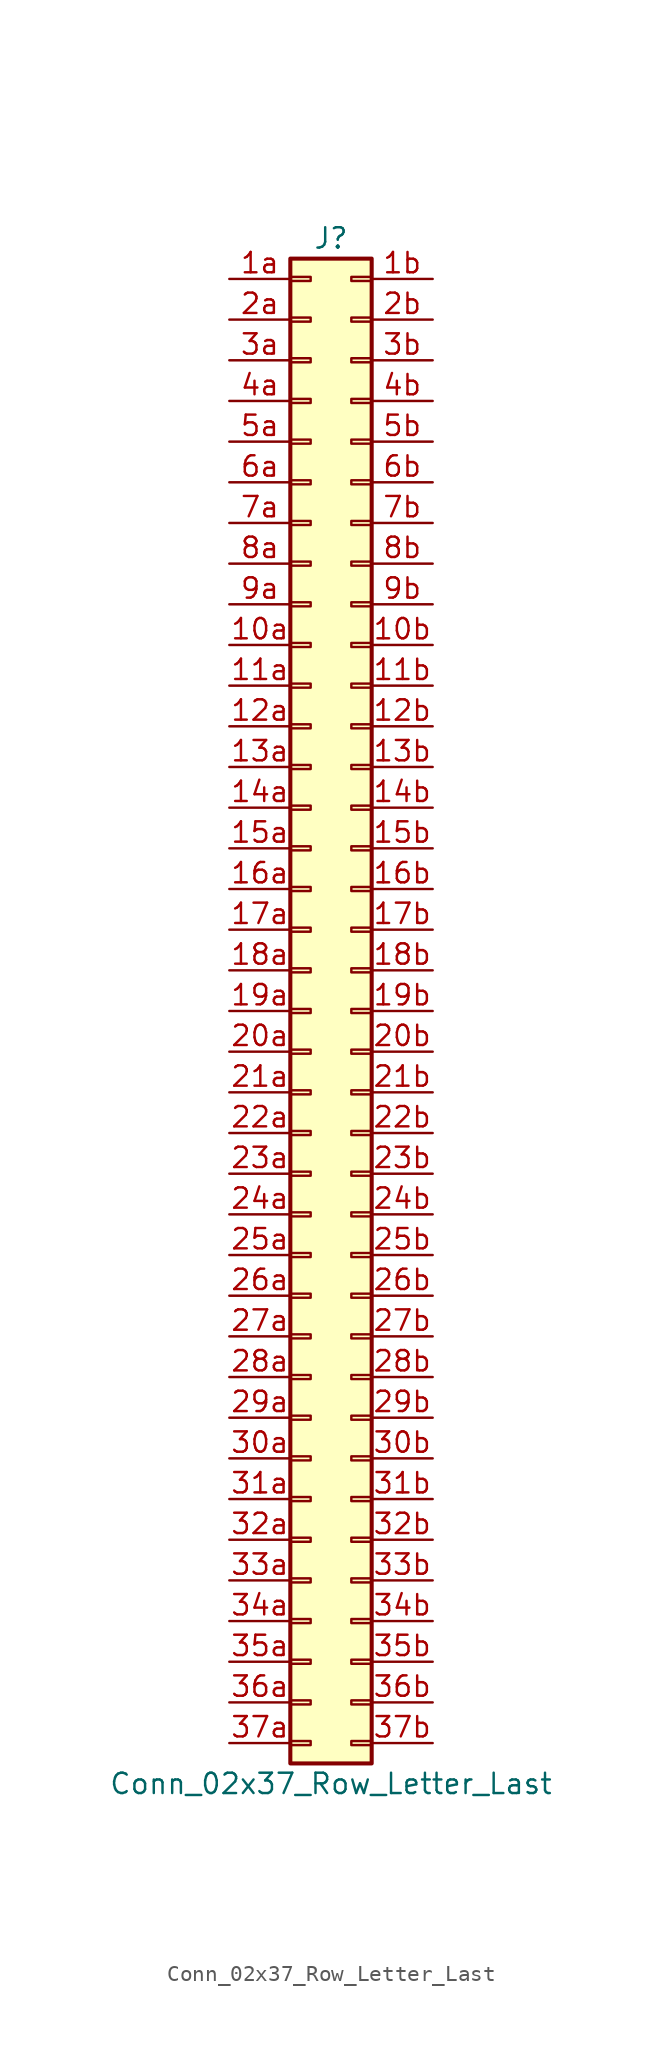
<source format=kicad_sym>
(kicad_symbol_lib
  (version 20220914)
  (generator kicad_symbol_editor)
  (symbol "Conn_02x37_Row_Letter_Last"
    (pin_names
      (offset 1.016) hide)
    (property "Reference" "J"
      (at 1.27 48.26 0)
      (effects (font (size 1.27 1.27))))
    (property "Value" "Conn_02x37_Row_Letter_Last"
      (at 1.27 -48.26 0)
      (effects (font (size 1.27 1.27))))
    (symbol "Conn_02x37_Row_Letter_Last_1_1"
      (rectangle (start -1.27 -45.593) (end 0 -45.847) (stroke (width 0.152) (type solid)) (fill (type none)))
      (rectangle (start -1.27 -43.053) (end 0 -43.307) (stroke (width 0.152) (type solid)) (fill (type none)))
      (rectangle (start -1.27 -40.513) (end 0 -40.767) (stroke (width 0.152) (type solid)) (fill (type none)))
      (rectangle (start -1.27 -37.973) (end 0 -38.227) (stroke (width 0.152) (type solid)) (fill (type none)))
      (rectangle (start -1.27 -35.433) (end 0 -35.687) (stroke (width 0.152) (type solid)) (fill (type none)))
      (rectangle (start -1.27 -32.893) (end 0 -33.147) (stroke (width 0.152) (type solid)) (fill (type none)))
      (rectangle (start -1.27 -30.353) (end 0 -30.607) (stroke (width 0.152) (type solid)) (fill (type none)))
      (rectangle (start -1.27 -27.813) (end 0 -28.067) (stroke (width 0.152) (type solid)) (fill (type none)))
      (rectangle (start -1.27 -25.273) (end 0 -25.527) (stroke (width 0.152) (type solid)) (fill (type none)))
      (rectangle (start -1.27 -22.733) (end 0 -22.987) (stroke (width 0.152) (type solid)) (fill (type none)))
      (rectangle (start -1.27 -20.193) (end 0 -20.447) (stroke (width 0.152) (type solid)) (fill (type none)))
      (rectangle (start -1.27 -17.653) (end 0 -17.907) (stroke (width 0.152) (type solid)) (fill (type none)))
      (rectangle (start -1.27 -15.113) (end 0 -15.367) (stroke (width 0.152) (type solid)) (fill (type none)))
      (rectangle (start -1.27 -12.573) (end 0 -12.827) (stroke (width 0.152) (type solid)) (fill (type none)))
      (rectangle (start -1.27 -10.033) (end 0 -10.287) (stroke (width 0.152) (type solid)) (fill (type none)))
      (rectangle (start -1.27 -7.493) (end 0 -7.747) (stroke (width 0.152) (type solid)) (fill (type none)))
      (rectangle (start -1.27 -4.953) (end 0 -5.207) (stroke (width 0.152) (type solid)) (fill (type none)))
      (rectangle (start -1.27 -2.413) (end 0 -2.667) (stroke (width 0.152) (type solid)) (fill (type none)))
      (rectangle (start -1.27 0.127) (end 0 -0.127) (stroke (width 0.152) (type solid)) (fill (type none)))
      (rectangle (start -1.27 2.667) (end 0 2.413) (stroke (width 0.152) (type solid)) (fill (type none)))
      (rectangle (start -1.27 5.207) (end 0 4.953) (stroke (width 0.152) (type solid)) (fill (type none)))
      (rectangle (start -1.27 7.747) (end 0 7.493) (stroke (width 0.152) (type solid)) (fill (type none)))
      (rectangle (start -1.27 10.287) (end 0 10.033) (stroke (width 0.152) (type solid)) (fill (type none)))
      (rectangle (start -1.27 12.827) (end 0 12.573) (stroke (width 0.152) (type solid)) (fill (type none)))
      (rectangle (start -1.27 15.367) (end 0 15.113) (stroke (width 0.152) (type solid)) (fill (type none)))
      (rectangle (start -1.27 17.907) (end 0 17.653) (stroke (width 0.152) (type solid)) (fill (type none)))
      (rectangle (start -1.27 20.447) (end 0 20.193) (stroke (width 0.152) (type solid)) (fill (type none)))
      (rectangle (start -1.27 22.987) (end 0 22.733) (stroke (width 0.152) (type solid)) (fill (type none)))
      (rectangle (start -1.27 25.527) (end 0 25.273) (stroke (width 0.152) (type solid)) (fill (type none)))
      (rectangle (start -1.27 28.067) (end 0 27.813) (stroke (width 0.152) (type solid)) (fill (type none)))
      (rectangle (start -1.27 30.607) (end 0 30.353) (stroke (width 0.152) (type solid)) (fill (type none)))
      (rectangle (start -1.27 33.147) (end 0 32.893) (stroke (width 0.152) (type solid)) (fill (type none)))
      (rectangle (start -1.27 35.687) (end 0 35.433) (stroke (width 0.152) (type solid)) (fill (type none)))
      (rectangle (start -1.27 38.227) (end 0 37.973) (stroke (width 0.152) (type solid)) (fill (type none)))
      (rectangle (start -1.27 40.767) (end 0 40.513) (stroke (width 0.152) (type solid)) (fill (type none)))
      (rectangle (start -1.27 43.307) (end 0 43.053) (stroke (width 0.152) (type solid)) (fill (type none)))
      (rectangle (start -1.27 45.847) (end 0 45.593) (stroke (width 0.152) (type solid)) (fill (type none)))
      (rectangle (start -1.27 46.99) (end 3.81 -46.99) (stroke (width 0.254) (type solid)) (fill (type background)))
      (rectangle (start 3.81 -45.593) (end 2.54 -45.847) (stroke (width 0.152) (type solid)) (fill (type none)))
      (rectangle (start 3.81 -43.053) (end 2.54 -43.307) (stroke (width 0.152) (type solid)) (fill (type none)))
      (rectangle (start 3.81 -40.513) (end 2.54 -40.767) (stroke (width 0.152) (type solid)) (fill (type none)))
      (rectangle (start 3.81 -37.973) (end 2.54 -38.227) (stroke (width 0.152) (type solid)) (fill (type none)))
      (rectangle (start 3.81 -35.433) (end 2.54 -35.687) (stroke (width 0.152) (type solid)) (fill (type none)))
      (rectangle (start 3.81 -32.893) (end 2.54 -33.147) (stroke (width 0.152) (type solid)) (fill (type none)))
      (rectangle (start 3.81 -30.353) (end 2.54 -30.607) (stroke (width 0.152) (type solid)) (fill (type none)))
      (rectangle (start 3.81 -27.813) (end 2.54 -28.067) (stroke (width 0.152) (type solid)) (fill (type none)))
      (rectangle (start 3.81 -25.273) (end 2.54 -25.527) (stroke (width 0.152) (type solid)) (fill (type none)))
      (rectangle (start 3.81 -22.733) (end 2.54 -22.987) (stroke (width 0.152) (type solid)) (fill (type none)))
      (rectangle (start 3.81 -20.193) (end 2.54 -20.447) (stroke (width 0.152) (type solid)) (fill (type none)))
      (rectangle (start 3.81 -17.653) (end 2.54 -17.907) (stroke (width 0.152) (type solid)) (fill (type none)))
      (rectangle (start 3.81 -15.113) (end 2.54 -15.367) (stroke (width 0.152) (type solid)) (fill (type none)))
      (rectangle (start 3.81 -12.573) (end 2.54 -12.827) (stroke (width 0.152) (type solid)) (fill (type none)))
      (rectangle (start 3.81 -10.033) (end 2.54 -10.287) (stroke (width 0.152) (type solid)) (fill (type none)))
      (rectangle (start 3.81 -7.493) (end 2.54 -7.747) (stroke (width 0.152) (type solid)) (fill (type none)))
      (rectangle (start 3.81 -4.953) (end 2.54 -5.207) (stroke (width 0.152) (type solid)) (fill (type none)))
      (rectangle (start 3.81 -2.413) (end 2.54 -2.667) (stroke (width 0.152) (type solid)) (fill (type none)))
      (rectangle (start 3.81 0.127) (end 2.54 -0.127) (stroke (width 0.152) (type solid)) (fill (type none)))
      (rectangle (start 3.81 2.667) (end 2.54 2.413) (stroke (width 0.152) (type solid)) (fill (type none)))
      (rectangle (start 3.81 5.207) (end 2.54 4.953) (stroke (width 0.152) (type solid)) (fill (type none)))
      (rectangle (start 3.81 7.747) (end 2.54 7.493) (stroke (width 0.152) (type solid)) (fill (type none)))
      (rectangle (start 3.81 10.287) (end 2.54 10.033) (stroke (width 0.152) (type solid)) (fill (type none)))
      (rectangle (start 3.81 12.827) (end 2.54 12.573) (stroke (width 0.152) (type solid)) (fill (type none)))
      (rectangle (start 3.81 15.367) (end 2.54 15.113) (stroke (width 0.152) (type solid)) (fill (type none)))
      (rectangle (start 3.81 17.907) (end 2.54 17.653) (stroke (width 0.152) (type solid)) (fill (type none)))
      (rectangle (start 3.81 20.447) (end 2.54 20.193) (stroke (width 0.152) (type solid)) (fill (type none)))
      (rectangle (start 3.81 22.987) (end 2.54 22.733) (stroke (width 0.152) (type solid)) (fill (type none)))
      (rectangle (start 3.81 25.527) (end 2.54 25.273) (stroke (width 0.152) (type solid)) (fill (type none)))
      (rectangle (start 3.81 28.067) (end 2.54 27.813) (stroke (width 0.152) (type solid)) (fill (type none)))
      (rectangle (start 3.81 30.607) (end 2.54 30.353) (stroke (width 0.152) (type solid)) (fill (type none)))
      (rectangle (start 3.81 33.147) (end 2.54 32.893) (stroke (width 0.152) (type solid)) (fill (type none)))
      (rectangle (start 3.81 35.687) (end 2.54 35.433) (stroke (width 0.152) (type solid)) (fill (type none)))
      (rectangle (start 3.81 38.227) (end 2.54 37.973) (stroke (width 0.152) (type solid)) (fill (type none)))
      (rectangle (start 3.81 40.767) (end 2.54 40.513) (stroke (width 0.152) (type solid)) (fill (type none)))
      (rectangle (start 3.81 43.307) (end 2.54 43.053) (stroke (width 0.152) (type solid)) (fill (type none)))
      (rectangle (start 3.81 45.847) (end 2.54 45.593) (stroke (width 0.152) (type solid)) (fill (type none)))
      (pin passive line (at -5.08 22.86 0) (length 3.81) (name "Pin_10a" (effects (font (size 1.27 1.27)))) (number "10a" (effects (font (size 1.27 1.27)))))
      (pin passive line (at 7.62 22.86 180) (length 3.81) (name "Pin_10b" (effects (font (size 1.27 1.27)))) (number "10b" (effects (font (size 1.27 1.27)))))
      (pin passive line (at -5.08 20.32 0) (length 3.81) (name "Pin_11a" (effects (font (size 1.27 1.27)))) (number "11a" (effects (font (size 1.27 1.27)))))
      (pin passive line (at 7.62 20.32 180) (length 3.81) (name "Pin_11b" (effects (font (size 1.27 1.27)))) (number "11b" (effects (font (size 1.27 1.27)))))
      (pin passive line (at -5.08 17.78 0) (length 3.81) (name "Pin_12a" (effects (font (size 1.27 1.27)))) (number "12a" (effects (font (size 1.27 1.27)))))
      (pin passive line (at 7.62 17.78 180) (length 3.81) (name "Pin_12b" (effects (font (size 1.27 1.27)))) (number "12b" (effects (font (size 1.27 1.27)))))
      (pin passive line (at -5.08 15.24 0) (length 3.81) (name "Pin_13a" (effects (font (size 1.27 1.27)))) (number "13a" (effects (font (size 1.27 1.27)))))
      (pin passive line (at 7.62 15.24 180) (length 3.81) (name "Pin_13b" (effects (font (size 1.27 1.27)))) (number "13b" (effects (font (size 1.27 1.27)))))
      (pin passive line (at -5.08 12.7 0) (length 3.81) (name "Pin_14a" (effects (font (size 1.27 1.27)))) (number "14a" (effects (font (size 1.27 1.27)))))
      (pin passive line (at 7.62 12.7 180) (length 3.81) (name "Pin_14b" (effects (font (size 1.27 1.27)))) (number "14b" (effects (font (size 1.27 1.27)))))
      (pin passive line (at -5.08 10.16 0) (length 3.81) (name "Pin_15a" (effects (font (size 1.27 1.27)))) (number "15a" (effects (font (size 1.27 1.27)))))
      (pin passive line (at 7.62 10.16 180) (length 3.81) (name "Pin_15b" (effects (font (size 1.27 1.27)))) (number "15b" (effects (font (size 1.27 1.27)))))
      (pin passive line (at -5.08 7.62 0) (length 3.81) (name "Pin_16a" (effects (font (size 1.27 1.27)))) (number "16a" (effects (font (size 1.27 1.27)))))
      (pin passive line (at 7.62 7.62 180) (length 3.81) (name "Pin_16b" (effects (font (size 1.27 1.27)))) (number "16b" (effects (font (size 1.27 1.27)))))
      (pin passive line (at -5.08 5.08 0) (length 3.81) (name "Pin_17a" (effects (font (size 1.27 1.27)))) (number "17a" (effects (font (size 1.27 1.27)))))
      (pin passive line (at 7.62 5.08 180) (length 3.81) (name "Pin_17b" (effects (font (size 1.27 1.27)))) (number "17b" (effects (font (size 1.27 1.27)))))
      (pin passive line (at -5.08 2.54 0) (length 3.81) (name "Pin_18a" (effects (font (size 1.27 1.27)))) (number "18a" (effects (font (size 1.27 1.27)))))
      (pin passive line (at 7.62 2.54 180) (length 3.81) (name "Pin_18b" (effects (font (size 1.27 1.27)))) (number "18b" (effects (font (size 1.27 1.27)))))
      (pin passive line (at -5.08 0 0) (length 3.81) (name "Pin_19a" (effects (font (size 1.27 1.27)))) (number "19a" (effects (font (size 1.27 1.27)))))
      (pin passive line (at 7.62 0 180) (length 3.81) (name "Pin_19b" (effects (font (size 1.27 1.27)))) (number "19b" (effects (font (size 1.27 1.27)))))
      (pin passive line (at -5.08 45.72 0) (length 3.81) (name "Pin_1a" (effects (font (size 1.27 1.27)))) (number "1a" (effects (font (size 1.27 1.27)))))
      (pin passive line (at 7.62 45.72 180) (length 3.81) (name "Pin_1b" (effects (font (size 1.27 1.27)))) (number "1b" (effects (font (size 1.27 1.27)))))
      (pin passive line (at -5.08 -2.54 0) (length 3.81) (name "Pin_20a" (effects (font (size 1.27 1.27)))) (number "20a" (effects (font (size 1.27 1.27)))))
      (pin passive line (at 7.62 -2.54 180) (length 3.81) (name "Pin_20b" (effects (font (size 1.27 1.27)))) (number "20b" (effects (font (size 1.27 1.27)))))
      (pin passive line (at -5.08 -5.08 0) (length 3.81) (name "Pin_21a" (effects (font (size 1.27 1.27)))) (number "21a" (effects (font (size 1.27 1.27)))))
      (pin passive line (at 7.62 -5.08 180) (length 3.81) (name "Pin_21b" (effects (font (size 1.27 1.27)))) (number "21b" (effects (font (size 1.27 1.27)))))
      (pin passive line (at -5.08 -7.62 0) (length 3.81) (name "Pin_22a" (effects (font (size 1.27 1.27)))) (number "22a" (effects (font (size 1.27 1.27)))))
      (pin passive line (at 7.62 -7.62 180) (length 3.81) (name "Pin_22b" (effects (font (size 1.27 1.27)))) (number "22b" (effects (font (size 1.27 1.27)))))
      (pin passive line (at -5.08 -10.16 0) (length 3.81) (name "Pin_23a" (effects (font (size 1.27 1.27)))) (number "23a" (effects (font (size 1.27 1.27)))))
      (pin passive line (at 7.62 -10.16 180) (length 3.81) (name "Pin_23b" (effects (font (size 1.27 1.27)))) (number "23b" (effects (font (size 1.27 1.27)))))
      (pin passive line (at -5.08 -12.7 0) (length 3.81) (name "Pin_24a" (effects (font (size 1.27 1.27)))) (number "24a" (effects (font (size 1.27 1.27)))))
      (pin passive line (at 7.62 -12.7 180) (length 3.81) (name "Pin_24b" (effects (font (size 1.27 1.27)))) (number "24b" (effects (font (size 1.27 1.27)))))
      (pin passive line (at -5.08 -15.24 0) (length 3.81) (name "Pin_25a" (effects (font (size 1.27 1.27)))) (number "25a" (effects (font (size 1.27 1.27)))))
      (pin passive line (at 7.62 -15.24 180) (length 3.81) (name "Pin_25b" (effects (font (size 1.27 1.27)))) (number "25b" (effects (font (size 1.27 1.27)))))
      (pin passive line (at -5.08 -17.78 0) (length 3.81) (name "Pin_26a" (effects (font (size 1.27 1.27)))) (number "26a" (effects (font (size 1.27 1.27)))))
      (pin passive line (at 7.62 -17.78 180) (length 3.81) (name "Pin_26b" (effects (font (size 1.27 1.27)))) (number "26b" (effects (font (size 1.27 1.27)))))
      (pin passive line (at -5.08 -20.32 0) (length 3.81) (name "Pin_27a" (effects (font (size 1.27 1.27)))) (number "27a" (effects (font (size 1.27 1.27)))))
      (pin passive line (at 7.62 -20.32 180) (length 3.81) (name "Pin_27b" (effects (font (size 1.27 1.27)))) (number "27b" (effects (font (size 1.27 1.27)))))
      (pin passive line (at -5.08 -22.86 0) (length 3.81) (name "Pin_28a" (effects (font (size 1.27 1.27)))) (number "28a" (effects (font (size 1.27 1.27)))))
      (pin passive line (at 7.62 -22.86 180) (length 3.81) (name "Pin_28b" (effects (font (size 1.27 1.27)))) (number "28b" (effects (font (size 1.27 1.27)))))
      (pin passive line (at -5.08 -25.4 0) (length 3.81) (name "Pin_29a" (effects (font (size 1.27 1.27)))) (number "29a" (effects (font (size 1.27 1.27)))))
      (pin passive line (at 7.62 -25.4 180) (length 3.81) (name "Pin_29b" (effects (font (size 1.27 1.27)))) (number "29b" (effects (font (size 1.27 1.27)))))
      (pin passive line (at -5.08 43.18 0) (length 3.81) (name "Pin_2a" (effects (font (size 1.27 1.27)))) (number "2a" (effects (font (size 1.27 1.27)))))
      (pin passive line (at 7.62 43.18 180) (length 3.81) (name "Pin_2b" (effects (font (size 1.27 1.27)))) (number "2b" (effects (font (size 1.27 1.27)))))
      (pin passive line (at -5.08 -27.94 0) (length 3.81) (name "Pin_30a" (effects (font (size 1.27 1.27)))) (number "30a" (effects (font (size 1.27 1.27)))))
      (pin passive line (at 7.62 -27.94 180) (length 3.81) (name "Pin_30b" (effects (font (size 1.27 1.27)))) (number "30b" (effects (font (size 1.27 1.27)))))
      (pin passive line (at -5.08 -30.48 0) (length 3.81) (name "Pin_31a" (effects (font (size 1.27 1.27)))) (number "31a" (effects (font (size 1.27 1.27)))))
      (pin passive line (at 7.62 -30.48 180) (length 3.81) (name "Pin_31b" (effects (font (size 1.27 1.27)))) (number "31b" (effects (font (size 1.27 1.27)))))
      (pin passive line (at -5.08 -33.02 0) (length 3.81) (name "Pin_32a" (effects (font (size 1.27 1.27)))) (number "32a" (effects (font (size 1.27 1.27)))))
      (pin passive line (at 7.62 -33.02 180) (length 3.81) (name "Pin_32b" (effects (font (size 1.27 1.27)))) (number "32b" (effects (font (size 1.27 1.27)))))
      (pin passive line (at -5.08 -35.56 0) (length 3.81) (name "Pin_33a" (effects (font (size 1.27 1.27)))) (number "33a" (effects (font (size 1.27 1.27)))))
      (pin passive line (at 7.62 -35.56 180) (length 3.81) (name "Pin_33b" (effects (font (size 1.27 1.27)))) (number "33b" (effects (font (size 1.27 1.27)))))
      (pin passive line (at -5.08 -38.1 0) (length 3.81) (name "Pin_34a" (effects (font (size 1.27 1.27)))) (number "34a" (effects (font (size 1.27 1.27)))))
      (pin passive line (at 7.62 -38.1 180) (length 3.81) (name "Pin_34b" (effects (font (size 1.27 1.27)))) (number "34b" (effects (font (size 1.27 1.27)))))
      (pin passive line (at -5.08 -40.64 0) (length 3.81) (name "Pin_35a" (effects (font (size 1.27 1.27)))) (number "35a" (effects (font (size 1.27 1.27)))))
      (pin passive line (at 7.62 -40.64 180) (length 3.81) (name "Pin_35b" (effects (font (size 1.27 1.27)))) (number "35b" (effects (font (size 1.27 1.27)))))
      (pin passive line (at -5.08 -43.18 0) (length 3.81) (name "Pin_36a" (effects (font (size 1.27 1.27)))) (number "36a" (effects (font (size 1.27 1.27)))))
      (pin passive line (at 7.62 -43.18 180) (length 3.81) (name "Pin_36b" (effects (font (size 1.27 1.27)))) (number "36b" (effects (font (size 1.27 1.27)))))
      (pin passive line (at -5.08 -45.72 0) (length 3.81) (name "Pin_37a" (effects (font (size 1.27 1.27)))) (number "37a" (effects (font (size 1.27 1.27)))))
      (pin passive line (at 7.62 -45.72 180) (length 3.81) (name "Pin_37b" (effects (font (size 1.27 1.27)))) (number "37b" (effects (font (size 1.27 1.27)))))
      (pin passive line (at -5.08 40.64 0) (length 3.81) (name "Pin_3a" (effects (font (size 1.27 1.27)))) (number "3a" (effects (font (size 1.27 1.27)))))
      (pin passive line (at 7.62 40.64 180) (length 3.81) (name "Pin_3b" (effects (font (size 1.27 1.27)))) (number "3b" (effects (font (size 1.27 1.27)))))
      (pin passive line (at -5.08 38.1 0) (length 3.81) (name "Pin_4a" (effects (font (size 1.27 1.27)))) (number "4a" (effects (font (size 1.27 1.27)))))
      (pin passive line (at 7.62 38.1 180) (length 3.81) (name "Pin_4b" (effects (font (size 1.27 1.27)))) (number "4b" (effects (font (size 1.27 1.27)))))
      (pin passive line (at -5.08 35.56 0) (length 3.81) (name "Pin_5a" (effects (font (size 1.27 1.27)))) (number "5a" (effects (font (size 1.27 1.27)))))
      (pin passive line (at 7.62 35.56 180) (length 3.81) (name "Pin_5b" (effects (font (size 1.27 1.27)))) (number "5b" (effects (font (size 1.27 1.27)))))
      (pin passive line (at -5.08 33.02 0) (length 3.81) (name "Pin_6a" (effects (font (size 1.27 1.27)))) (number "6a" (effects (font (size 1.27 1.27)))))
      (pin passive line (at 7.62 33.02 180) (length 3.81) (name "Pin_6b" (effects (font (size 1.27 1.27)))) (number "6b" (effects (font (size 1.27 1.27)))))
      (pin passive line (at -5.08 30.48 0) (length 3.81) (name "Pin_7a" (effects (font (size 1.27 1.27)))) (number "7a" (effects (font (size 1.27 1.27)))))
      (pin passive line (at 7.62 30.48 180) (length 3.81) (name "Pin_7b" (effects (font (size 1.27 1.27)))) (number "7b" (effects (font (size 1.27 1.27)))))
      (pin passive line (at -5.08 27.94 0) (length 3.81) (name "Pin_8a" (effects (font (size 1.27 1.27)))) (number "8a" (effects (font (size 1.27 1.27)))))
      (pin passive line (at 7.62 27.94 180) (length 3.81) (name "Pin_8b" (effects (font (size 1.27 1.27)))) (number "8b" (effects (font (size 1.27 1.27)))))
      (pin passive line (at -5.08 25.4 0) (length 3.81) (name "Pin_9a" (effects (font (size 1.27 1.27)))) (number "9a" (effects (font (size 1.27 1.27)))))
      (pin passive line (at 7.62 25.4 180) (length 3.81) (name "Pin_9b" (effects (font (size 1.27 1.27)))) (number "9b" (effects (font (size 1.27 1.27))))))))
</source>
